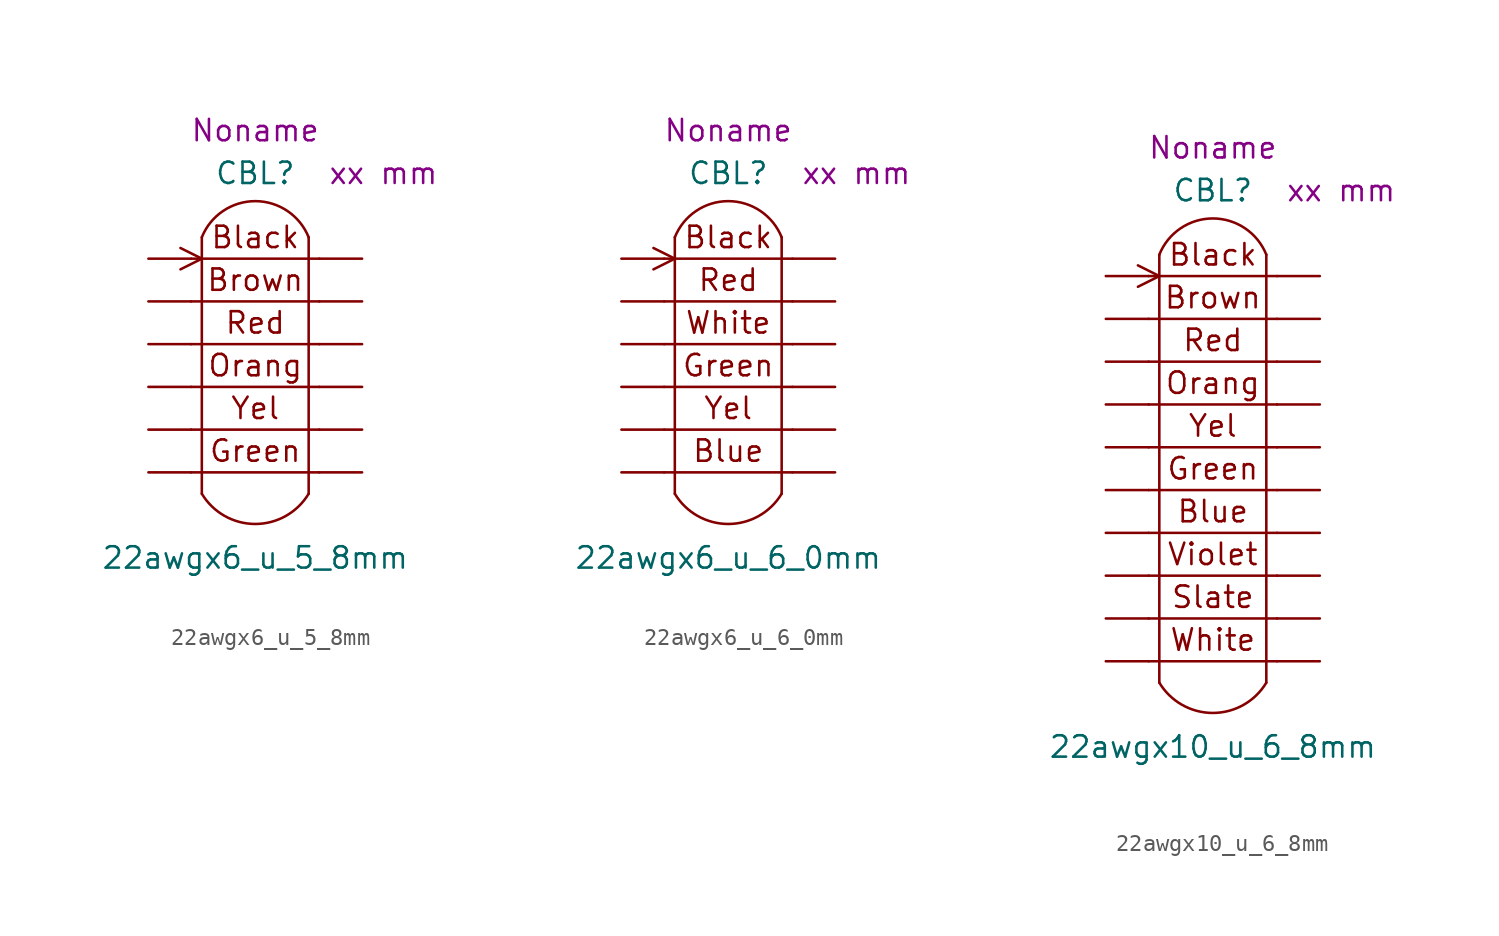
<source format=kicad_sym>
(kicad_symbol_lib
  (version 20211014)
  (generator kicad_symbol_editor)
  (symbol "22awgx6_u_5_8mm"
    (pin_numbers hide)
    (pin_names hide)
    (property "Reference" "CBL"
      (at 0 11.43 0)
      (effects (font (size 1.27 1.27))))
    (property "Value" "22awgx6_u_5_8mm"
      (at 0 -11.43 0)
      (effects (font (size 1.27 1.27))))
    (property "Length" "xx mm"
      (at 7.62 11.43 0)
      (effects (font (size 1.27 1.27))))
    (property "Harness_name" "Noname"
      (at 0 13.97 0)
      (effects (font (size 1.27 1.27))))
    (symbol "22awgx6_u_5_8mm_0_0"
      (arc (start -3.175 -7.62) (mid 0 -9.4177) (end 3.175 -7.62) (stroke (width 0) (type default) (color 0 0 0 0)) (fill (type none)))
      (polyline (pts (xy -3.175 7.62) (xy -3.175 -7.62)) (stroke (width 0) (type default) (color 0 0 0 0)) (fill (type none)))
      (polyline (pts (xy 3.175 7.62) (xy 3.175 -7.62)) (stroke (width 0) (type default) (color 0 0 0 0)) (fill (type none)))
      (arc (start 3.175 7.62) (mid 0 9.7696) (end -3.175 7.62) (stroke (width 0) (type default) (color 0 0 0 0)) (fill (type none)))
      (text "Black" (at 0 7.62 0) (effects (font (size 1.27 1.27))))
      (text "Brown" (at 0 5.08 0) (effects (font (size 1.27 1.27))))
      (text "Orang" (at 0 0 0) (effects (font (size 1.27 1.27))))
      (text "Red" (at 0 2.54 0) (effects (font (size 1.27 1.27))))
      (pin passive line (at -6.35 -1.27 0) (length 2.54) (name "C4.1" (effects (font (size 1.27 1.27)))) (number "7" (effects (font (size 1.27 1.27)))))
      (pin passive line (at 6.35 -1.27 180) (length 2.54) (name "C4.2" (effects (font (size 1.27 1.27)))) (number "8" (effects (font (size 1.27 1.27))))))
    (symbol "22awgx6_u_5_8mm_0_1"
      (polyline (pts (xy -4.445 6.985) (xy -3.175 6.35) (xy -4.445 5.715)) (stroke (width 0) (type default) (color 0 0 0 0)) (fill (type none))))
    (symbol "22awgx6_u_5_8mm_1_1"
      (polyline (pts (xy -3.81 -6.35) (xy 3.81 -6.35)) (stroke (width 0) (type default) (color 0 0 0 0)) (fill (type none)))
      (polyline (pts (xy -3.81 -3.81) (xy 3.81 -3.81)) (stroke (width 0) (type default) (color 0 0 0 0)) (fill (type none)))
      (polyline (pts (xy -3.81 -1.27) (xy 3.81 -1.27)) (stroke (width 0) (type default) (color 0 0 0 0)) (fill (type none)))
      (polyline (pts (xy -3.81 1.27) (xy 3.81 1.27)) (stroke (width 0) (type default) (color 0 0 0 0)) (fill (type none)))
      (polyline (pts (xy -3.81 3.81) (xy 3.81 3.81)) (stroke (width 0) (type default) (color 0 0 0 0)) (fill (type none)))
      (polyline (pts (xy -3.81 6.35) (xy 3.81 6.35)) (stroke (width 0) (type default) (color 0 0 0 0)) (fill (type none)))
      (text "Green" (at 0 -5.08 0) (effects (font (size 1.27 1.27))))
      (text "Yel" (at 0 -2.54 0) (effects (font (size 1.27 1.27))))
      (pin passive line (at -6.35 6.35 0) (length 2.54) (name "C1.1" (effects (font (size 1.27 1.27)))) (number "1" (effects (font (size 1.27 1.27)))))
      (pin passive line (at 6.35 -3.81 180) (length 2.54) (name "C5.2" (effects (font (size 1.27 1.27)))) (number "10" (effects (font (size 1.27 1.27)))))
      (pin passive line (at -6.35 -6.35 0) (length 2.54) (name "C6.1" (effects (font (size 1.27 1.27)))) (number "11" (effects (font (size 1.27 1.27)))))
      (pin passive line (at 6.35 -6.35 180) (length 2.54) (name "C6.2" (effects (font (size 1.27 1.27)))) (number "12" (effects (font (size 1.27 1.27)))))
      (pin passive line (at 6.35 6.35 180) (length 2.54) (name "C1.2" (effects (font (size 1.27 1.27)))) (number "2" (effects (font (size 1.27 1.27)))))
      (pin passive line (at -6.35 3.81 0) (length 2.54) (name "C2.1" (effects (font (size 1.27 1.27)))) (number "3" (effects (font (size 1.27 1.27)))))
      (pin passive line (at 6.35 3.81 180) (length 2.54) (name "C2.2" (effects (font (size 1.27 1.27)))) (number "4" (effects (font (size 1.27 1.27)))))
      (pin passive line (at -6.35 1.27 0) (length 2.54) (name "C3.1" (effects (font (size 1.27 1.27)))) (number "5" (effects (font (size 1.27 1.27)))))
      (pin passive line (at 6.35 1.27 180) (length 2.54) (name "C3.2" (effects (font (size 1.27 1.27)))) (number "6" (effects (font (size 1.27 1.27)))))
      (pin passive line (at -6.35 -3.81 0) (length 2.54) (name "C5.1" (effects (font (size 1.27 1.27)))) (number "9" (effects (font (size 1.27 1.27)))))))
  (symbol "22awgx6_u_6_0mm"
    (pin_numbers hide)
    (pin_names hide)
    (property "Reference" "CBL"
      (at 0 11.43 0)
      (effects (font (size 1.27 1.27))))
    (property "Value" "22awgx6_u_6_0mm"
      (at 0 -11.43 0)
      (effects (font (size 1.27 1.27))))
    (property "Length" "xx mm"
      (at 7.62 11.43 0)
      (effects (font (size 1.27 1.27))))
    (property "Harness_name" "Noname"
      (at 0 13.97 0)
      (effects (font (size 1.27 1.27))))
    (symbol "22awgx6_u_6_0mm_0_0"
      (arc (start -3.175 -7.62) (mid 0 -9.4177) (end 3.175 -7.62) (stroke (width 0) (type default) (color 0 0 0 0)) (fill (type none)))
      (polyline (pts (xy -3.175 7.62) (xy -3.175 -7.62)) (stroke (width 0) (type default) (color 0 0 0 0)) (fill (type none)))
      (polyline (pts (xy 3.175 7.62) (xy 3.175 -7.62)) (stroke (width 0) (type default) (color 0 0 0 0)) (fill (type none)))
      (arc (start 3.175 7.62) (mid 0 9.7696) (end -3.175 7.62) (stroke (width 0) (type default) (color 0 0 0 0)) (fill (type none)))
      (text "Black" (at 0 7.62 0) (effects (font (size 1.27 1.27))))
      (text "Green" (at 0 0 0) (effects (font (size 1.27 1.27))))
      (text "Red" (at 0 5.08 0) (effects (font (size 1.27 1.27))))
      (text "White" (at 0 2.54 0) (effects (font (size 1.27 1.27))))
      (pin passive line (at -6.35 -1.27 0) (length 2.54) (name "C4.1" (effects (font (size 1.27 1.27)))) (number "7" (effects (font (size 1.27 1.27)))))
      (pin passive line (at 6.35 -1.27 180) (length 2.54) (name "C4.2" (effects (font (size 1.27 1.27)))) (number "8" (effects (font (size 1.27 1.27))))))
    (symbol "22awgx6_u_6_0mm_0_1"
      (polyline (pts (xy -4.445 6.985) (xy -3.175 6.35) (xy -4.445 5.715)) (stroke (width 0) (type default) (color 0 0 0 0)) (fill (type none))))
    (symbol "22awgx6_u_6_0mm_1_1"
      (polyline (pts (xy -3.81 -6.35) (xy 3.81 -6.35)) (stroke (width 0) (type default) (color 0 0 0 0)) (fill (type none)))
      (polyline (pts (xy -3.81 -3.81) (xy 3.81 -3.81)) (stroke (width 0) (type default) (color 0 0 0 0)) (fill (type none)))
      (polyline (pts (xy -3.81 -1.27) (xy 3.81 -1.27)) (stroke (width 0) (type default) (color 0 0 0 0)) (fill (type none)))
      (polyline (pts (xy -3.81 1.27) (xy 3.81 1.27)) (stroke (width 0) (type default) (color 0 0 0 0)) (fill (type none)))
      (polyline (pts (xy -3.81 3.81) (xy 3.81 3.81)) (stroke (width 0) (type default) (color 0 0 0 0)) (fill (type none)))
      (polyline (pts (xy -3.81 6.35) (xy 3.81 6.35)) (stroke (width 0) (type default) (color 0 0 0 0)) (fill (type none)))
      (text "Blue" (at 0 -5.08 0) (effects (font (size 1.27 1.27))))
      (text "Yel" (at 0 -2.54 0) (effects (font (size 1.27 1.27))))
      (pin passive line (at -6.35 6.35 0) (length 2.54) (name "C1.1" (effects (font (size 1.27 1.27)))) (number "1" (effects (font (size 1.27 1.27)))))
      (pin passive line (at 6.35 -3.81 180) (length 2.54) (name "C5.2" (effects (font (size 1.27 1.27)))) (number "10" (effects (font (size 1.27 1.27)))))
      (pin passive line (at -6.35 -6.35 0) (length 2.54) (name "C6.1" (effects (font (size 1.27 1.27)))) (number "11" (effects (font (size 1.27 1.27)))))
      (pin passive line (at 6.35 -6.35 180) (length 2.54) (name "C6.2" (effects (font (size 1.27 1.27)))) (number "12" (effects (font (size 1.27 1.27)))))
      (pin passive line (at 6.35 6.35 180) (length 2.54) (name "C1.2" (effects (font (size 1.27 1.27)))) (number "2" (effects (font (size 1.27 1.27)))))
      (pin passive line (at -6.35 3.81 0) (length 2.54) (name "C2.1" (effects (font (size 1.27 1.27)))) (number "3" (effects (font (size 1.27 1.27)))))
      (pin passive line (at 6.35 3.81 180) (length 2.54) (name "C2.2" (effects (font (size 1.27 1.27)))) (number "4" (effects (font (size 1.27 1.27)))))
      (pin passive line (at -6.35 1.27 0) (length 2.54) (name "C3.1" (effects (font (size 1.27 1.27)))) (number "5" (effects (font (size 1.27 1.27)))))
      (pin passive line (at 6.35 1.27 180) (length 2.54) (name "C3.2" (effects (font (size 1.27 1.27)))) (number "6" (effects (font (size 1.27 1.27)))))
      (pin passive line (at -6.35 -3.81 0) (length 2.54) (name "C5.1" (effects (font (size 1.27 1.27)))) (number "9" (effects (font (size 1.27 1.27)))))))
  (symbol "22awgx10_u_6_8mm"
    (pin_numbers hide)
    (pin_names hide)
    (property "Reference" "CBL"
      (at 0 16.51 0)
      (effects (font (size 1.27 1.27))))
    (property "Value" "22awgx10_u_6_8mm"
      (at 0 -16.51 0)
      (effects (font (size 1.27 1.27))))
    (property "Length" "xx mm"
      (at 7.62 16.51 0)
      (effects (font (size 1.27 1.27))))
    (property "Harness_name" "Noname"
      (at 0 19.05 0)
      (effects (font (size 1.27 1.27))))
    (symbol "22awgx10_u_6_8mm_0_0"
      (arc (start -3.175 -12.7) (mid 0 -14.4977) (end 3.175 -12.7) (stroke (width 0) (type default) (color 0 0 0 0)) (fill (type none)))
      (polyline (pts (xy -3.175 12.7) (xy -3.175 -12.7)) (stroke (width 0) (type default) (color 0 0 0 0)) (fill (type none)))
      (polyline (pts (xy 3.175 12.7) (xy 3.175 -12.7)) (stroke (width 0) (type default) (color 0 0 0 0)) (fill (type none)))
      (arc (start 3.175 12.7) (mid 0 14.8496) (end -3.175 12.7) (stroke (width 0) (type default) (color 0 0 0 0)) (fill (type none)))
      (text "Black" (at 0 12.7 0) (effects (font (size 1.27 1.27))))
      (text "Brown" (at 0 10.16 0) (effects (font (size 1.27 1.27))))
      (text "Orang" (at 0 5.08 0) (effects (font (size 1.27 1.27))))
      (text "Red" (at 0 7.62 0) (effects (font (size 1.27 1.27))))
      (pin passive line (at -6.35 3.81 0) (length 2.54) (name "C4.1" (effects (font (size 1.27 1.27)))) (number "7" (effects (font (size 1.27 1.27)))))
      (pin passive line (at 6.35 3.81 180) (length 2.54) (name "C4.2" (effects (font (size 1.27 1.27)))) (number "8" (effects (font (size 1.27 1.27))))))
    (symbol "22awgx10_u_6_8mm_0_1"
      (polyline (pts (xy -4.445 12.065) (xy -3.175 11.43) (xy -4.445 10.795)) (stroke (width 0) (type default) (color 0 0 0 0)) (fill (type none))))
    (symbol "22awgx10_u_6_8mm_1_1"
      (polyline (pts (xy -3.81 -11.43) (xy 3.81 -11.43)) (stroke (width 0) (type default) (color 0 0 0 0)) (fill (type none)))
      (polyline (pts (xy -3.81 -8.89) (xy 3.81 -8.89)) (stroke (width 0) (type default) (color 0 0 0 0)) (fill (type none)))
      (polyline (pts (xy -3.81 -6.35) (xy 3.81 -6.35)) (stroke (width 0) (type default) (color 0 0 0 0)) (fill (type none)))
      (polyline (pts (xy -3.81 -3.81) (xy 3.81 -3.81)) (stroke (width 0) (type default) (color 0 0 0 0)) (fill (type none)))
      (polyline (pts (xy -3.81 -1.27) (xy 3.81 -1.27)) (stroke (width 0) (type default) (color 0 0 0 0)) (fill (type none)))
      (polyline (pts (xy -3.81 1.27) (xy 3.81 1.27)) (stroke (width 0) (type default) (color 0 0 0 0)) (fill (type none)))
      (polyline (pts (xy -3.81 3.81) (xy 3.81 3.81)) (stroke (width 0) (type default) (color 0 0 0 0)) (fill (type none)))
      (polyline (pts (xy -3.81 6.35) (xy 3.81 6.35)) (stroke (width 0) (type default) (color 0 0 0 0)) (fill (type none)))
      (polyline (pts (xy -3.81 8.89) (xy 3.81 8.89)) (stroke (width 0) (type default) (color 0 0 0 0)) (fill (type none)))
      (polyline (pts (xy -3.81 11.43) (xy 3.81 11.43)) (stroke (width 0) (type default) (color 0 0 0 0)) (fill (type none)))
      (text "Blue" (at 0 -2.54 0) (effects (font (size 1.27 1.27))))
      (text "Green" (at 0 0 0) (effects (font (size 1.27 1.27))))
      (text "Slate" (at 0 -7.62 0) (effects (font (size 1.27 1.27))))
      (text "Violet" (at 0 -5.08 0) (effects (font (size 1.27 1.27))))
      (text "White" (at 0 -10.16 0) (effects (font (size 1.27 1.27))))
      (text "Yel" (at 0 2.54 0) (effects (font (size 1.27 1.27))))
      (pin passive line (at -6.35 11.43 0) (length 2.54) (name "C1.1" (effects (font (size 1.27 1.27)))) (number "1" (effects (font (size 1.27 1.27)))))
      (pin passive line (at 6.35 1.27 180) (length 2.54) (name "C5.2" (effects (font (size 1.27 1.27)))) (number "10" (effects (font (size 1.27 1.27)))))
      (pin passive line (at -6.35 -1.27 0) (length 2.54) (name "C6.1" (effects (font (size 1.27 1.27)))) (number "11" (effects (font (size 1.27 1.27)))))
      (pin passive line (at 6.35 -1.27 180) (length 2.54) (name "C6.2" (effects (font (size 1.27 1.27)))) (number "12" (effects (font (size 1.27 1.27)))))
      (pin passive line (at -6.35 -3.81 0) (length 2.54) (name "C7.1" (effects (font (size 1.27 1.27)))) (number "13" (effects (font (size 1.27 1.27)))))
      (pin passive line (at 6.35 -3.81 180) (length 2.54) (name "C7.2" (effects (font (size 1.27 1.27)))) (number "14" (effects (font (size 1.27 1.27)))))
      (pin passive line (at -6.35 -6.35 0) (length 2.54) (name "C8.1" (effects (font (size 1.27 1.27)))) (number "15" (effects (font (size 1.27 1.27)))))
      (pin passive line (at 6.35 -6.35 180) (length 2.54) (name "C8.2" (effects (font (size 1.27 1.27)))) (number "16" (effects (font (size 1.27 1.27)))))
      (pin passive line (at -6.35 -8.89 0) (length 2.54) (name "C9.1" (effects (font (size 1.27 1.27)))) (number "17" (effects (font (size 1.27 1.27)))))
      (pin passive line (at 6.35 -8.89 180) (length 2.54) (name "C9.2" (effects (font (size 1.27 1.27)))) (number "18" (effects (font (size 1.27 1.27)))))
      (pin passive line (at -6.35 -11.43 0) (length 2.54) (name "C10.1" (effects (font (size 1.27 1.27)))) (number "19" (effects (font (size 1.27 1.27)))))
      (pin passive line (at 6.35 11.43 180) (length 2.54) (name "C1.2" (effects (font (size 1.27 1.27)))) (number "2" (effects (font (size 1.27 1.27)))))
      (pin passive line (at 6.35 -11.43 180) (length 2.54) (name "C10.2" (effects (font (size 1.27 1.27)))) (number "20" (effects (font (size 1.27 1.27)))))
      (pin passive line (at -6.35 8.89 0) (length 2.54) (name "C2.1" (effects (font (size 1.27 1.27)))) (number "3" (effects (font (size 1.27 1.27)))))
      (pin passive line (at 6.35 8.89 180) (length 2.54) (name "C2.2" (effects (font (size 1.27 1.27)))) (number "4" (effects (font (size 1.27 1.27)))))
      (pin passive line (at -6.35 6.35 0) (length 2.54) (name "C3.1" (effects (font (size 1.27 1.27)))) (number "5" (effects (font (size 1.27 1.27)))))
      (pin passive line (at 6.35 6.35 180) (length 2.54) (name "C3.2" (effects (font (size 1.27 1.27)))) (number "6" (effects (font (size 1.27 1.27)))))
      (pin passive line (at -6.35 1.27 0) (length 2.54) (name "C5.1" (effects (font (size 1.27 1.27)))) (number "9" (effects (font (size 1.27 1.27))))))))
</source>
